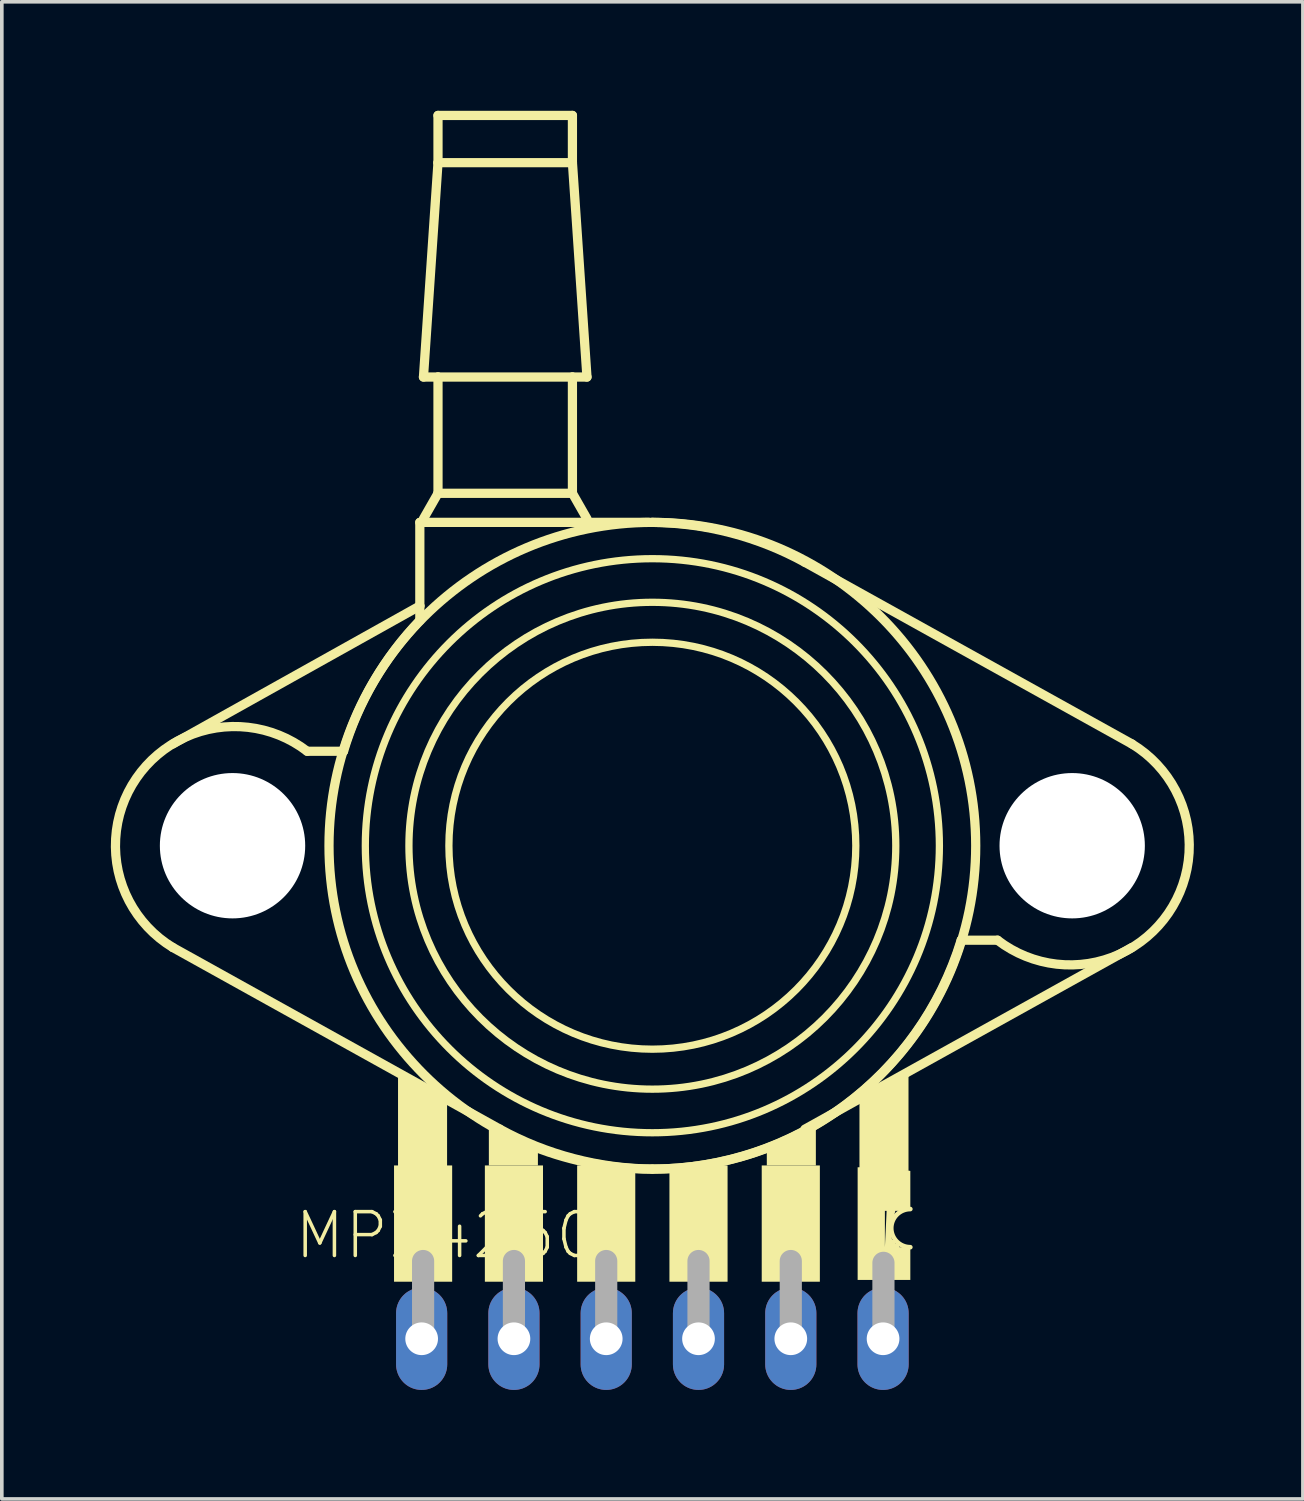
<source format=kicad_pcb>
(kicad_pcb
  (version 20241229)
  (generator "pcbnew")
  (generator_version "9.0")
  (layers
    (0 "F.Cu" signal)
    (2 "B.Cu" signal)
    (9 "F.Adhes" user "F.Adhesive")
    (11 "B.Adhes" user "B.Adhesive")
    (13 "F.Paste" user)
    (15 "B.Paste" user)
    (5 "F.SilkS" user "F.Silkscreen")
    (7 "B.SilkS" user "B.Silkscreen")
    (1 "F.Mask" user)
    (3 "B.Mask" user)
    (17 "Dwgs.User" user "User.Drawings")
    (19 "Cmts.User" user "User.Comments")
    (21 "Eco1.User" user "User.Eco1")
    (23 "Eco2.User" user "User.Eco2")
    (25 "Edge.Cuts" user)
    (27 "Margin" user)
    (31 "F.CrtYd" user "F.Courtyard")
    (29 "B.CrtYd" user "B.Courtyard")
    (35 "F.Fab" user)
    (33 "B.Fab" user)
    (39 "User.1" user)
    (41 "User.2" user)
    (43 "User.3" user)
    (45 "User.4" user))
  (footprint "MPX4250"
    (layer "F.Cu")
    (at 14.905 20.227)
    (property "Reference" "MPX4250" (at -9.906 11.43 0) (layer "F.SilkS") (effects (font (size 1.206 1.206) (thickness 0.097)) (justify left bottom)))
    (attr through_hole)
    (fp_line (start -13.2 -2.8) (end -6.4 -6.6) (stroke (width 0.254) (type solid)) (layer "F.SilkS"))
    (fp_line (start -13.2 2.8) (end -4.2 7.8) (stroke (width 0.254) (type solid)) (layer "F.SilkS"))
    (fp_line (start -9.5 -2.6) (end -8.5 -2.6) (stroke (width 0.254) (type solid)) (layer "F.SilkS"))
    (fp_line (start -6.4 -8.9) (end -6.4 -6.6) (stroke (width 0.254) (type solid)) (layer "F.SilkS"))
    (fp_line (start -6.4 -6.6) (end -6.4 -6.2) (stroke (width 0.254) (type solid)) (layer "F.SilkS"))
    (fp_line (start -6.3 -12.9) (end -5.9 -18.8) (stroke (width 0.254) (type solid)) (layer "F.SilkS"))
    (fp_line (start -5.9 -20.1) (end -5.9 -18.8) (stroke (width 0.254) (type solid)) (layer "F.SilkS"))
    (fp_line (start -5.9 -18.8) (end -2.2 -18.8) (stroke (width 0.254) (type solid)) (layer "F.SilkS"))
    (fp_line (start -5.9 -12.9) (end -6.3 -12.9) (stroke (width 0.254) (type solid)) (layer "F.SilkS"))
    (fp_line (start -5.9 -12.9) (end -5.9 -9.7) (stroke (width 0.254) (type solid)) (layer "F.SilkS"))
    (fp_line (start -5.9 -9.7) (end -6.3 -9) (stroke (width 0.254) (type solid)) (layer "F.SilkS"))
    (fp_line (start -2.2 -20.1) (end -5.9 -20.1) (stroke (width 0.254) (type solid)) (layer "F.SilkS"))
    (fp_line (start -2.2 -18.8) (end -2.2 -20.1) (stroke (width 0.254) (type solid)) (layer "F.SilkS"))
    (fp_line (start -2.2 -18.8) (end -1.8 -12.9) (stroke (width 0.254) (type solid)) (layer "F.SilkS"))
    (fp_line (start -2.2 -12.9) (end -5.9 -12.9) (stroke (width 0.254) (type solid)) (layer "F.SilkS"))
    (fp_line (start -2.2 -9.7) (end -5.9 -9.7) (stroke (width 0.254) (type solid)) (layer "F.SilkS"))
    (fp_line (start -2.2 -9.7) (end -2.2 -12.9) (stroke (width 0.254) (type solid)) (layer "F.SilkS"))
    (fp_line (start -1.8 -12.9) (end -2.2 -12.9) (stroke (width 0.254) (type solid)) (layer "F.SilkS"))
    (fp_line (start -1.8 -9) (end -2.2 -9.7) (stroke (width 0.254) (type solid)) (layer "F.SilkS"))
    (fp_line (start -0.1 -8.9) (end -6.4 -8.9) (stroke (width 0.254) (type solid)) (layer "F.SilkS"))
    (fp_line (start 9.5 2.6) (end 8.5 2.6) (stroke (width 0.254) (type solid)) (layer "F.SilkS"))
    (fp_line (start 13.2 -2.8) (end 4.2 -7.8) (stroke (width 0.254) (type solid)) (layer "F.SilkS"))
    (fp_line (start 13.2 2.8) (end 4.2 7.8) (stroke (width 0.254) (type solid)) (layer "F.SilkS"))
    (fp_arc (start -13.2 2.8) (mid -14.204162 -1.855631) (end -9.499998 -2.599998) (stroke (width 0.254) (type solid)) (layer "F.SilkS"))
    (fp_arc (start -8.5 -2.6) (mid -7.664365 -4.525047) (end -6.4 -6.2) (stroke (width 0.254) (type solid)) (layer "F.SilkS"))
    (fp_arc (start 0 -8.9) (mid 2.168101 -8.610023) (end 4.2 -7.8) (stroke (width 0.254) (type solid)) (layer "F.SilkS"))
    (fp_arc (start 0 8.9) (mid -2.168101 8.610023) (end -4.2 7.8) (stroke (width 0.254) (type solid)) (layer "F.SilkS"))
    (fp_arc (start 7.1 11.05) (mid 6.575 10.525) (end 7.1 10) (stroke (width 0.127) (type solid)) (layer "F.SilkS"))
    (fp_arc (start 8.500001 2.600001) (mid 5.287777 7.150176) (end 0 8.9) (stroke (width 0.254) (type solid)) (layer "F.SilkS"))
    (fp_arc (start 13.199998 -2.800001) (mid 14.204163 1.855629) (end 9.5 2.6) (stroke (width 0.254) (type solid)) (layer "F.SilkS"))
    (fp_circle (center 0 0) (end 5.6 0) (stroke (width 0.2) (type solid)) (fill no) (layer "F.SilkS"))
    (fp_circle (center 0 0) (end 6.7 0) (stroke (width 0.2) (type solid)) (fill no) (layer "F.SilkS"))
    (fp_circle (center 0 0) (end 7.9 0) (stroke (width 0.2) (type solid)) (fill no) (layer "F.SilkS"))
    (fp_circle (center 0 0) (end 8.9 0) (stroke (width 0.254) (type solid)) (fill no) (layer "F.SilkS"))
    (fp_poly (pts (xy -7.11 12) (xy -5.51 12) (xy -5.51 8.8) (xy -7.11 8.8)) (stroke (width 0) (type solid)) (fill yes) (layer "F.SilkS"))
    (fp_poly (pts (xy -5.65 8.85) (xy -5.65 6.95) (xy -7 6.3) (xy -7 8.85)) (stroke (width 0) (type solid)) (fill yes) (layer "F.SilkS"))
    (fp_poly (pts (xy -4.61 12) (xy -3.01 12) (xy -3.01 8.8) (xy -4.61 8.8)) (stroke (width 0) (type solid)) (fill yes) (layer "F.SilkS"))
    (fp_poly (pts (xy -3.15 8.8) (xy -3.15 8.4) (xy -4.5 7.75) (xy -4.5 8.8)) (stroke (width 0) (type solid)) (fill yes) (layer "F.SilkS"))
    (fp_poly (pts (xy -2.07 12) (xy -0.47 12) (xy -0.47 8.8) (xy -2.07 8.8)) (stroke (width 0) (type solid)) (fill yes) (layer "F.SilkS"))
    (fp_poly (pts (xy 0.47 12) (xy 2.07 12) (xy 2.07 8.8) (xy 0.47 8.8)) (stroke (width 0) (type solid)) (fill yes) (layer "F.SilkS"))
    (fp_poly (pts (xy 3.01 12) (xy 4.61 12) (xy 4.61 8.8) (xy 3.01 8.8)) (stroke (width 0) (type solid)) (fill yes) (layer "F.SilkS"))
    (fp_poly (pts (xy 4.5 8.8) (xy 4.5 7.7) (xy 3.15 8.4) (xy 3.15 8.8)) (stroke (width 0) (type solid)) (fill yes) (layer "F.SilkS"))
    (fp_poly (pts (xy 7.05 8.95) (xy 7.05 6.25) (xy 5.7 6.95) (xy 5.7 8.95)) (stroke (width 0) (type solid)) (fill yes) (layer "F.SilkS"))
    (fp_poly (pts (xy 5.65 8.85) (xy 5.65 11.95) (xy 7.1 11.95) (xy 7.1 11.05) (xy 6.8 11.05) (xy 6.8 10.95) (xy 6.7 10.95) (xy 6.65 10.85) (xy 6.6 10.85) (xy 6.55 10.65) (xy 6.55 10.35) (xy 6.6 10.35) (xy 6.6 10.25) (xy 6.65 10.2) (xy 6.7 10) (xy 6.2 10) (xy 6.45 10) (xy 6.4 11.05) (xy 6.4 10.05) (xy 6.85 10.05) (xy 6.85 10) (xy 7.1 10) (xy 7.1 8.95) (xy 6.4 8.85)) (stroke (width 0) (type solid)) (fill yes) (layer "F.SilkS"))
    (fp_line (start -6.31 13.57) (end -6.31 11.43) (stroke (width 0.61) (type solid)) (layer "F.Fab"))
    (fp_line (start -3.81 13.57) (end -3.81 11.43) (stroke (width 0.61) (type solid)) (layer "F.Fab"))
    (fp_line (start -1.27 13.57) (end -1.27 11.43) (stroke (width 0.61) (type solid)) (layer "F.Fab"))
    (fp_line (start 1.27 13.57) (end 1.27 11.43) (stroke (width 0.61) (type solid)) (layer "F.Fab"))
    (fp_line (start 3.81 13.57) (end 3.81 11.43) (stroke (width 0.61) (type solid)) (layer "F.Fab"))
    (fp_line (start 6.36 13.57) (end 6.36 11.48) (stroke (width 0.61) (type solid)) (layer "F.Fab"))
    (pad "" np_thru_hole circle (at -11.555 0) (size 4 4) (drill 4) (layers "*.Cu" "*.Mask"))
    (pad "" np_thru_hole circle (at 11.555 0) (size 4 4) (drill 4) (layers "*.Cu" "*.Mask"))
    (pad "1" thru_hole oval (at 6.35 13.57 90) (size 2.816 1.408) (drill 0.9) (layers "*.Cu" "*.Mask"))
    (pad "2" thru_hole oval (at 3.81 13.57 90) (size 2.816 1.408) (drill 0.9) (layers "*.Cu" "*.Mask"))
    (pad "3" thru_hole oval (at 1.27 13.57 90) (size 2.816 1.408) (drill 0.9) (layers "*.Cu" "*.Mask"))
    (pad "4" thru_hole oval (at -1.27 13.57 90) (size 2.816 1.408) (drill 0.9) (layers "*.Cu" "*.Mask"))
    (pad "5" thru_hole oval (at -3.81 13.57 90) (size 2.816 1.408) (drill 0.9) (layers "*.Cu" "*.Mask"))
    (pad "6" thru_hole oval (at -6.35 13.57 90) (size 2.816 1.408) (drill 0.9) (layers "*.Cu" "*.Mask")))
  (gr_rect
    (start -3 -3)
    (end 32.81 38.205)
    (stroke (width 0.1) (type default))
    (fill no)
    (layer "Edge.Cuts")))
</source>
